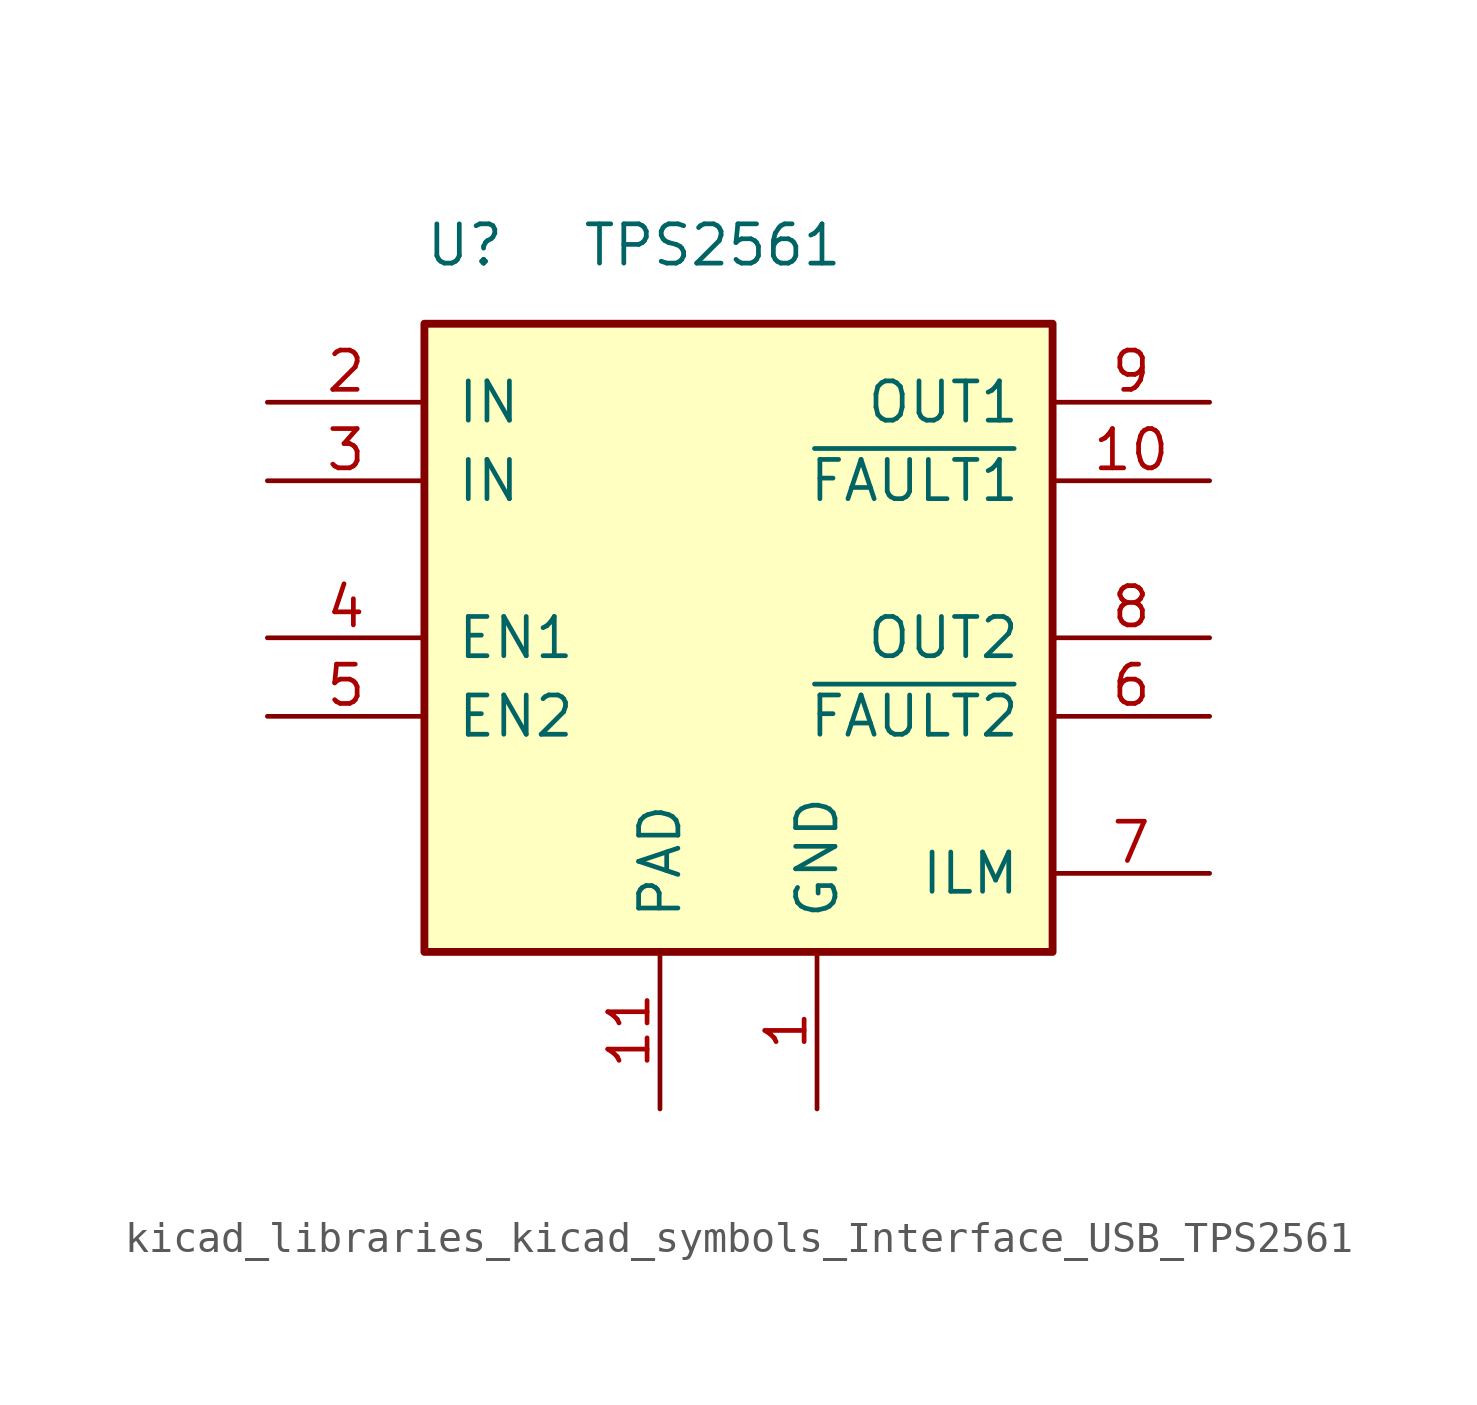
<source format=kicad_sym>
(kicad_symbol_lib
  (version 20220914)
  (generator kicad_symbol_editor)
  (symbol "kicad_libraries_kicad_symbols_Interface_USB_TPS2561"
    (pin_names
      (offset 1.016))
    (property "Reference" "U"
      (at -10.16 12.7 0)
      (effects (font (size 1.27 1.27)) (justify left)))
    (property "Value" "TPS2561"
      (at -5.08 12.7 0)
      (effects (font (size 1.27 1.27)) (justify left)))
    (symbol "kicad_libraries_kicad_symbols_Interface_USB_TPS2561_0_1"
      (rectangle (start -10.16 10.16) (end 10.16 -10.16) (stroke (width 0.254) (type default)) (fill (type background))))
    (symbol "kicad_libraries_kicad_symbols_Interface_USB_TPS2561_1_1"
      (pin power_in line (at 2.54 -15.24 90) (length 5.08) (name "GND" (effects (font (size 1.27 1.27)))) (number "1" (effects (font (size 1.27 1.27)))))
      (pin output line (at 15.24 5.08 180) (length 5.08) (name "~{FAULT1}" (effects (font (size 1.27 1.27)))) (number "10" (effects (font (size 1.27 1.27)))))
      (pin power_in line (at -2.54 -15.24 90) (length 5.08) (name "PAD" (effects (font (size 1.27 1.27)))) (number "11" (effects (font (size 1.27 1.27)))))
      (pin power_in line (at -15.24 7.62 0) (length 5.08) (name "IN" (effects (font (size 1.27 1.27)))) (number "2" (effects (font (size 1.27 1.27)))))
      (pin power_in line (at -15.24 5.08 0) (length 5.08) (name "IN" (effects (font (size 1.27 1.27)))) (number "3" (effects (font (size 1.27 1.27)))))
      (pin input line (at -15.24 0 0) (length 5.08) (name "EN1" (effects (font (size 1.27 1.27)))) (number "4" (effects (font (size 1.27 1.27)))))
      (pin input line (at -15.24 -2.54 0) (length 5.08) (name "EN2" (effects (font (size 1.27 1.27)))) (number "5" (effects (font (size 1.27 1.27)))))
      (pin output line (at 15.24 -2.54 180) (length 5.08) (name "~{FAULT2}" (effects (font (size 1.27 1.27)))) (number "6" (effects (font (size 1.27 1.27)))))
      (pin output line (at 15.24 -7.62 180) (length 5.08) (name "ILM" (effects (font (size 1.27 1.27)))) (number "7" (effects (font (size 1.27 1.27)))))
      (pin output line (at 15.24 0 180) (length 5.08) (name "OUT2" (effects (font (size 1.27 1.27)))) (number "8" (effects (font (size 1.27 1.27)))))
      (pin output line (at 15.24 7.62 180) (length 5.08) (name "OUT1" (effects (font (size 1.27 1.27)))) (number "9" (effects (font (size 1.27 1.27))))))))
</source>
